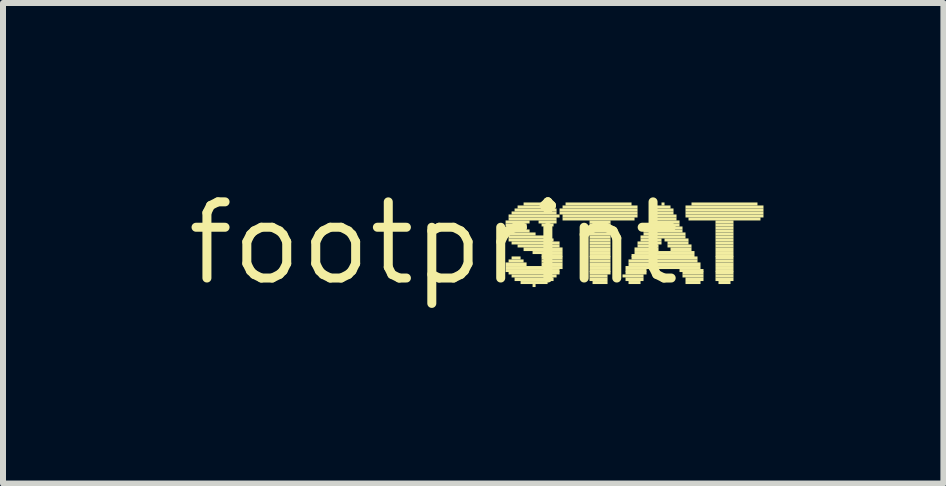
<source format=kicad_pcb>
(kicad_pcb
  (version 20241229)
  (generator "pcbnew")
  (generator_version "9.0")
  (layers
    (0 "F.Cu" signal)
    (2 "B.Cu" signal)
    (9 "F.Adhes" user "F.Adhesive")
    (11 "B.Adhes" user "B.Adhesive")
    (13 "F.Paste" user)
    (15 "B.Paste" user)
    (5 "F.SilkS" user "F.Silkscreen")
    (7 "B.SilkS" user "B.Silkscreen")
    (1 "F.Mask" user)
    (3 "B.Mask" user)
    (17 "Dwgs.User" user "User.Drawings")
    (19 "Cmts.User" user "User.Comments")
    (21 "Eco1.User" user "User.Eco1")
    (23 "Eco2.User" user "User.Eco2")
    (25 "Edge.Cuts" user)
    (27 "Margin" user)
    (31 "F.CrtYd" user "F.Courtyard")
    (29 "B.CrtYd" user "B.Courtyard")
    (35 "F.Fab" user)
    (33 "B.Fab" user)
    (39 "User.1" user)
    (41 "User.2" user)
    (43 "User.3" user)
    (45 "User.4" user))
  (footprint "footprint"
    (layer "F.Cu")
    (at 4.18 1.006)
    (property "Reference" "footprint" (at 0 0 0) (layer "F.SilkS") (effects (font (size 1.27 1.27) (thickness 0.15))))
    (fp_poly (pts (xy 1.2 -0.33) (xy 1.6 -0.33) (xy 1.6 -0.38) (xy 1.2 -0.38)) (stroke (width 0) (type solid)) (fill yes) (layer "F.SilkS"))
    (fp_poly (pts (xy 1.2 -0.28) (xy 1.55 -0.28) (xy 1.55 -0.33) (xy 1.2 -0.33)) (stroke (width 0) (type solid)) (fill yes) (layer "F.SilkS"))
    (fp_poly (pts (xy 1.2 -0.23) (xy 1.55 -0.23) (xy 1.55 -0.28) (xy 1.2 -0.28)) (stroke (width 0) (type solid)) (fill yes) (layer "F.SilkS"))
    (fp_poly (pts (xy 1.2 -0.18) (xy 1.6 -0.18) (xy 1.6 -0.23) (xy 1.2 -0.23)) (stroke (width 0) (type solid)) (fill yes) (layer "F.SilkS"))
    (fp_poly (pts (xy 1.2 -0.13) (xy 1.7 -0.13) (xy 1.7 -0.18) (xy 1.2 -0.18)) (stroke (width 0) (type solid)) (fill yes) (layer "F.SilkS"))
    (fp_poly (pts (xy 1.2 0.38) (xy 1.55 0.38) (xy 1.55 0.32) (xy 1.2 0.32)) (stroke (width 0) (type solid)) (fill yes) (layer "F.SilkS"))
    (fp_poly (pts (xy 1.2 0.43) (xy 2.15 0.43) (xy 2.15 0.38) (xy 1.2 0.38)) (stroke (width 0) (type solid)) (fill yes) (layer "F.SilkS"))
    (fp_poly (pts (xy 1.2 0.48) (xy 2.1 0.48) (xy 2.1 0.43) (xy 1.2 0.43)) (stroke (width 0) (type solid)) (fill yes) (layer "F.SilkS"))
    (fp_poly (pts (xy 1.25 -0.43) (xy 2.1 -0.43) (xy 2.1 -0.48) (xy 1.25 -0.48)) (stroke (width 0) (type solid)) (fill yes) (layer "F.SilkS"))
    (fp_poly (pts (xy 1.25 -0.38) (xy 2.05 -0.38) (xy 2.05 -0.43) (xy 1.25 -0.43)) (stroke (width 0) (type solid)) (fill yes) (layer "F.SilkS"))
    (fp_poly (pts (xy 1.25 -0.08) (xy 1.9 -0.08) (xy 1.9 -0.13) (xy 1.25 -0.13)) (stroke (width 0) (type solid)) (fill yes) (layer "F.SilkS"))
    (fp_poly (pts (xy 1.25 -0.03) (xy 2 -0.03) (xy 2 -0.08) (xy 1.25 -0.08)) (stroke (width 0) (type solid)) (fill yes) (layer "F.SilkS"))
    (fp_poly (pts (xy 1.25 0.32) (xy 1.5 0.32) (xy 1.5 0.27) (xy 1.25 0.27)) (stroke (width 0) (type solid)) (fill yes) (layer "F.SilkS"))
    (fp_poly (pts (xy 1.25 0.52) (xy 2.1 0.52) (xy 2.1 0.47) (xy 1.25 0.47)) (stroke (width 0) (type solid)) (fill yes) (layer "F.SilkS"))
    (fp_poly (pts (xy 1.3 -0.48) (xy 2.05 -0.48) (xy 2.05 -0.53) (xy 1.3 -0.53)) (stroke (width 0) (type solid)) (fill yes) (layer "F.SilkS"))
    (fp_poly (pts (xy 1.3 0.02) (xy 2.1 0.02) (xy 2.1 -0.03) (xy 1.3 -0.03)) (stroke (width 0) (type solid)) (fill yes) (layer "F.SilkS"))
    (fp_poly (pts (xy 1.3 0.27) (xy 1.45 0.27) (xy 1.45 0.22) (xy 1.3 0.22)) (stroke (width 0) (type solid)) (fill yes) (layer "F.SilkS"))
    (fp_poly (pts (xy 1.3 0.57) (xy 2.05 0.57) (xy 2.05 0.52) (xy 1.3 0.52)) (stroke (width 0) (type solid)) (fill yes) (layer "F.SilkS"))
    (fp_poly (pts (xy 1.35 -0.53) (xy 2.05 -0.53) (xy 2.05 -0.58) (xy 1.35 -0.58)) (stroke (width 0) (type solid)) (fill yes) (layer "F.SilkS"))
    (fp_poly (pts (xy 1.35 0.63) (xy 2 0.63) (xy 2 0.57) (xy 1.35 0.57)) (stroke (width 0) (type solid)) (fill yes) (layer "F.SilkS"))
    (fp_poly (pts (xy 1.4 -0.58) (xy 1.95 -0.58) (xy 1.95 -0.63) (xy 1.4 -0.63)) (stroke (width 0) (type solid)) (fill yes) (layer "F.SilkS"))
    (fp_poly (pts (xy 1.4 0.07) (xy 2.1 0.07) (xy 2.1 0.02) (xy 1.4 0.02)) (stroke (width 0) (type solid)) (fill yes) (layer "F.SilkS"))
    (fp_poly (pts (xy 1.45 0.68) (xy 1.9 0.68) (xy 1.9 0.63) (xy 1.45 0.63)) (stroke (width 0) (type solid)) (fill yes) (layer "F.SilkS"))
    (fp_poly (pts (xy 1.5 -0.63) (xy 1.85 -0.63) (xy 1.85 -0.68) (xy 1.5 -0.68)) (stroke (width 0) (type solid)) (fill yes) (layer "F.SilkS"))
    (fp_poly (pts (xy 1.5 0.13) (xy 2.15 0.13) (xy 2.15 0.07) (xy 1.5 0.07)) (stroke (width 0) (type solid)) (fill yes) (layer "F.SilkS"))
    (fp_poly (pts (xy 1.65 0.18) (xy 2.15 0.18) (xy 2.15 0.13) (xy 1.65 0.13)) (stroke (width 0) (type solid)) (fill yes) (layer "F.SilkS"))
    (fp_poly (pts (xy 1.65 0.73) (xy 1.7 0.73) (xy 1.7 0.68) (xy 1.65 0.68)) (stroke (width 0) (type solid)) (fill yes) (layer "F.SilkS"))
    (fp_poly (pts (xy 1.75 -0.33) (xy 2.05 -0.33) (xy 2.05 -0.38) (xy 1.75 -0.38)) (stroke (width 0) (type solid)) (fill yes) (layer "F.SilkS"))
    (fp_poly (pts (xy 1.8 -0.28) (xy 2 -0.28) (xy 2 -0.33) (xy 1.8 -0.33)) (stroke (width 0) (type solid)) (fill yes) (layer "F.SilkS"))
    (fp_poly (pts (xy 1.8 0.23) (xy 2.15 0.23) (xy 2.15 0.18) (xy 1.8 0.18)) (stroke (width 0) (type solid)) (fill yes) (layer "F.SilkS"))
    (fp_poly (pts (xy 1.8 0.27) (xy 2.15 0.27) (xy 2.15 0.22) (xy 1.8 0.22)) (stroke (width 0) (type solid)) (fill yes) (layer "F.SilkS"))
    (fp_poly (pts (xy 1.8 0.32) (xy 2.15 0.32) (xy 2.15 0.27) (xy 1.8 0.27)) (stroke (width 0) (type solid)) (fill yes) (layer "F.SilkS"))
    (fp_poly (pts (xy 1.8 0.38) (xy 2.15 0.38) (xy 2.15 0.32) (xy 1.8 0.32)) (stroke (width 0) (type solid)) (fill yes) (layer "F.SilkS"))
    (fp_poly (pts (xy 2.1 -0.53) (xy 3.4 -0.53) (xy 3.4 -0.58) (xy 2.1 -0.58)) (stroke (width 0) (type solid)) (fill yes) (layer "F.SilkS"))
    (fp_poly (pts (xy 2.1 -0.48) (xy 3.4 -0.48) (xy 3.4 -0.53) (xy 2.1 -0.53)) (stroke (width 0) (type solid)) (fill yes) (layer "F.SilkS"))
    (fp_poly (pts (xy 2.15 -0.58) (xy 3.4 -0.58) (xy 3.4 -0.63) (xy 2.15 -0.63)) (stroke (width 0) (type solid)) (fill yes) (layer "F.SilkS"))
    (fp_poly (pts (xy 2.15 -0.43) (xy 3.4 -0.43) (xy 3.4 -0.48) (xy 2.15 -0.48)) (stroke (width 0) (type solid)) (fill yes) (layer "F.SilkS"))
    (fp_poly (pts (xy 2.15 -0.38) (xy 3.35 -0.38) (xy 3.35 -0.43) (xy 2.15 -0.43)) (stroke (width 0) (type solid)) (fill yes) (layer "F.SilkS"))
    (fp_poly (pts (xy 2.2 -0.63) (xy 3.3 -0.63) (xy 3.3 -0.68) (xy 2.2 -0.68)) (stroke (width 0) (type solid)) (fill yes) (layer "F.SilkS"))
    (fp_poly (pts (xy 2.6 -0.33) (xy 2.95 -0.33) (xy 2.95 -0.38) (xy 2.6 -0.38)) (stroke (width 0) (type solid)) (fill yes) (layer "F.SilkS"))
    (fp_poly (pts (xy 2.6 -0.28) (xy 2.95 -0.28) (xy 2.95 -0.33) (xy 2.6 -0.33)) (stroke (width 0) (type solid)) (fill yes) (layer "F.SilkS"))
    (fp_poly (pts (xy 2.6 -0.23) (xy 2.95 -0.23) (xy 2.95 -0.28) (xy 2.6 -0.28)) (stroke (width 0) (type solid)) (fill yes) (layer "F.SilkS"))
    (fp_poly (pts (xy 2.6 -0.18) (xy 2.95 -0.18) (xy 2.95 -0.23) (xy 2.6 -0.23)) (stroke (width 0) (type solid)) (fill yes) (layer "F.SilkS"))
    (fp_poly (pts (xy 2.6 -0.13) (xy 2.95 -0.13) (xy 2.95 -0.18) (xy 2.6 -0.18)) (stroke (width 0) (type solid)) (fill yes) (layer "F.SilkS"))
    (fp_poly (pts (xy 2.6 -0.08) (xy 2.95 -0.08) (xy 2.95 -0.13) (xy 2.6 -0.13)) (stroke (width 0) (type solid)) (fill yes) (layer "F.SilkS"))
    (fp_poly (pts (xy 2.6 -0.03) (xy 2.95 -0.03) (xy 2.95 -0.08) (xy 2.6 -0.08)) (stroke (width 0) (type solid)) (fill yes) (layer "F.SilkS"))
    (fp_poly (pts (xy 2.6 0.02) (xy 2.95 0.02) (xy 2.95 -0.03) (xy 2.6 -0.03)) (stroke (width 0) (type solid)) (fill yes) (layer "F.SilkS"))
    (fp_poly (pts (xy 2.6 0.07) (xy 2.95 0.07) (xy 2.95 0.02) (xy 2.6 0.02)) (stroke (width 0) (type solid)) (fill yes) (layer "F.SilkS"))
    (fp_poly (pts (xy 2.6 0.13) (xy 2.95 0.13) (xy 2.95 0.07) (xy 2.6 0.07)) (stroke (width 0) (type solid)) (fill yes) (layer "F.SilkS"))
    (fp_poly (pts (xy 2.6 0.18) (xy 2.95 0.18) (xy 2.95 0.13) (xy 2.6 0.13)) (stroke (width 0) (type solid)) (fill yes) (layer "F.SilkS"))
    (fp_poly (pts (xy 2.6 0.23) (xy 2.95 0.23) (xy 2.95 0.18) (xy 2.6 0.18)) (stroke (width 0) (type solid)) (fill yes) (layer "F.SilkS"))
    (fp_poly (pts (xy 2.6 0.27) (xy 2.95 0.27) (xy 2.95 0.22) (xy 2.6 0.22)) (stroke (width 0) (type solid)) (fill yes) (layer "F.SilkS"))
    (fp_poly (pts (xy 2.6 0.32) (xy 2.95 0.32) (xy 2.95 0.27) (xy 2.6 0.27)) (stroke (width 0) (type solid)) (fill yes) (layer "F.SilkS"))
    (fp_poly (pts (xy 2.6 0.38) (xy 2.95 0.38) (xy 2.95 0.32) (xy 2.6 0.32)) (stroke (width 0) (type solid)) (fill yes) (layer "F.SilkS"))
    (fp_poly (pts (xy 2.6 0.43) (xy 2.95 0.43) (xy 2.95 0.38) (xy 2.6 0.38)) (stroke (width 0) (type solid)) (fill yes) (layer "F.SilkS"))
    (fp_poly (pts (xy 2.6 0.48) (xy 2.95 0.48) (xy 2.95 0.43) (xy 2.6 0.43)) (stroke (width 0) (type solid)) (fill yes) (layer "F.SilkS"))
    (fp_poly (pts (xy 2.6 0.52) (xy 2.95 0.52) (xy 2.95 0.47) (xy 2.6 0.47)) (stroke (width 0) (type solid)) (fill yes) (layer "F.SilkS"))
    (fp_poly (pts (xy 2.6 0.57) (xy 2.9 0.57) (xy 2.9 0.52) (xy 2.6 0.52)) (stroke (width 0) (type solid)) (fill yes) (layer "F.SilkS"))
    (fp_poly (pts (xy 2.6 0.63) (xy 2.9 0.63) (xy 2.9 0.57) (xy 2.6 0.57)) (stroke (width 0) (type solid)) (fill yes) (layer "F.SilkS"))
    (fp_poly (pts (xy 2.65 0.68) (xy 2.9 0.68) (xy 2.9 0.63) (xy 2.65 0.63)) (stroke (width 0) (type solid)) (fill yes) (layer "F.SilkS"))
    (fp_poly (pts (xy 3.15 0.57) (xy 3.5 0.57) (xy 3.5 0.52) (xy 3.15 0.52)) (stroke (width 0) (type solid)) (fill yes) (layer "F.SilkS"))
    (fp_poly (pts (xy 3.2 0.43) (xy 4.45 0.43) (xy 4.45 0.38) (xy 3.2 0.38)) (stroke (width 0) (type solid)) (fill yes) (layer "F.SilkS"))
    (fp_poly (pts (xy 3.2 0.48) (xy 3.55 0.48) (xy 3.55 0.43) (xy 3.2 0.43)) (stroke (width 0) (type solid)) (fill yes) (layer "F.SilkS"))
    (fp_poly (pts (xy 3.2 0.52) (xy 3.55 0.52) (xy 3.55 0.47) (xy 3.2 0.47)) (stroke (width 0) (type solid)) (fill yes) (layer "F.SilkS"))
    (fp_poly (pts (xy 3.2 0.63) (xy 3.5 0.63) (xy 3.5 0.57) (xy 3.2 0.57)) (stroke (width 0) (type solid)) (fill yes) (layer "F.SilkS"))
    (fp_poly (pts (xy 3.25 0.32) (xy 4.4 0.32) (xy 4.4 0.27) (xy 3.25 0.27)) (stroke (width 0) (type solid)) (fill yes) (layer "F.SilkS"))
    (fp_poly (pts (xy 3.25 0.38) (xy 4.45 0.38) (xy 4.45 0.32) (xy 3.25 0.32)) (stroke (width 0) (type solid)) (fill yes) (layer "F.SilkS"))
    (fp_poly (pts (xy 3.25 0.68) (xy 3.45 0.68) (xy 3.45 0.63) (xy 3.25 0.63)) (stroke (width 0) (type solid)) (fill yes) (layer "F.SilkS"))
    (fp_poly (pts (xy 3.3 0.23) (xy 4.35 0.23) (xy 4.35 0.18) (xy 3.3 0.18)) (stroke (width 0) (type solid)) (fill yes) (layer "F.SilkS"))
    (fp_poly (pts (xy 3.3 0.27) (xy 4.4 0.27) (xy 4.4 0.22) (xy 3.3 0.22)) (stroke (width 0) (type solid)) (fill yes) (layer "F.SilkS"))
    (fp_poly (pts (xy 3.35 0.13) (xy 3.75 0.13) (xy 3.75 0.07) (xy 3.35 0.07)) (stroke (width 0) (type solid)) (fill yes) (layer "F.SilkS"))
    (fp_poly (pts (xy 3.35 0.18) (xy 4.35 0.18) (xy 4.35 0.13) (xy 3.35 0.13)) (stroke (width 0) (type solid)) (fill yes) (layer "F.SilkS"))
    (fp_poly (pts (xy 3.4 0.02) (xy 3.8 0.02) (xy 3.8 -0.03) (xy 3.4 -0.03)) (stroke (width 0) (type solid)) (fill yes) (layer "F.SilkS"))
    (fp_poly (pts (xy 3.4 0.07) (xy 3.75 0.07) (xy 3.75 0.02) (xy 3.4 0.02)) (stroke (width 0) (type solid)) (fill yes) (layer "F.SilkS"))
    (fp_poly (pts (xy 3.45 -0.08) (xy 4.2 -0.08) (xy 4.2 -0.13) (xy 3.45 -0.13)) (stroke (width 0) (type solid)) (fill yes) (layer "F.SilkS"))
    (fp_poly (pts (xy 3.45 -0.03) (xy 3.8 -0.03) (xy 3.8 -0.08) (xy 3.45 -0.08)) (stroke (width 0) (type solid)) (fill yes) (layer "F.SilkS"))
    (fp_poly (pts (xy 3.5 -0.18) (xy 4.15 -0.18) (xy 4.15 -0.23) (xy 3.5 -0.23)) (stroke (width 0) (type solid)) (fill yes) (layer "F.SilkS"))
    (fp_poly (pts (xy 3.5 -0.13) (xy 4.2 -0.13) (xy 4.2 -0.18) (xy 3.5 -0.18)) (stroke (width 0) (type solid)) (fill yes) (layer "F.SilkS"))
    (fp_poly (pts (xy 3.55 -0.28) (xy 4.1 -0.28) (xy 4.1 -0.33) (xy 3.55 -0.33)) (stroke (width 0) (type solid)) (fill yes) (layer "F.SilkS"))
    (fp_poly (pts (xy 3.55 -0.23) (xy 4.15 -0.23) (xy 4.15 -0.28) (xy 3.55 -0.28)) (stroke (width 0) (type solid)) (fill yes) (layer "F.SilkS"))
    (fp_poly (pts (xy 3.6 -0.38) (xy 4.05 -0.38) (xy 4.05 -0.43) (xy 3.6 -0.43)) (stroke (width 0) (type solid)) (fill yes) (layer "F.SilkS"))
    (fp_poly (pts (xy 3.6 -0.33) (xy 4.1 -0.33) (xy 4.1 -0.38) (xy 3.6 -0.38)) (stroke (width 0) (type solid)) (fill yes) (layer "F.SilkS"))
    (fp_poly (pts (xy 3.65 -0.48) (xy 4 -0.48) (xy 4 -0.53) (xy 3.65 -0.53)) (stroke (width 0) (type solid)) (fill yes) (layer "F.SilkS"))
    (fp_poly (pts (xy 3.65 -0.43) (xy 4.05 -0.43) (xy 4.05 -0.48) (xy 3.65 -0.48)) (stroke (width 0) (type solid)) (fill yes) (layer "F.SilkS"))
    (fp_poly (pts (xy 3.7 -0.58) (xy 3.95 -0.58) (xy 3.95 -0.63) (xy 3.7 -0.63)) (stroke (width 0) (type solid)) (fill yes) (layer "F.SilkS"))
    (fp_poly (pts (xy 3.7 -0.53) (xy 4 -0.53) (xy 4 -0.58) (xy 3.7 -0.58)) (stroke (width 0) (type solid)) (fill yes) (layer "F.SilkS"))
    (fp_poly (pts (xy 3.8 -0.63) (xy 3.85 -0.63) (xy 3.85 -0.68) (xy 3.8 -0.68)) (stroke (width 0) (type solid)) (fill yes) (layer "F.SilkS"))
    (fp_poly (pts (xy 3.85 -0.03) (xy 4.25 -0.03) (xy 4.25 -0.08) (xy 3.85 -0.08)) (stroke (width 0) (type solid)) (fill yes) (layer "F.SilkS"))
    (fp_poly (pts (xy 3.9 0.02) (xy 4.25 0.02) (xy 4.25 -0.03) (xy 3.9 -0.03)) (stroke (width 0) (type solid)) (fill yes) (layer "F.SilkS"))
    (fp_poly (pts (xy 3.9 0.07) (xy 4.3 0.07) (xy 4.3 0.02) (xy 3.9 0.02)) (stroke (width 0) (type solid)) (fill yes) (layer "F.SilkS"))
    (fp_poly (pts (xy 3.95 0.13) (xy 4.3 0.13) (xy 4.3 0.07) (xy 3.95 0.07)) (stroke (width 0) (type solid)) (fill yes) (layer "F.SilkS"))
    (fp_poly (pts (xy 4.1 0.48) (xy 4.5 0.48) (xy 4.5 0.43) (xy 4.1 0.43)) (stroke (width 0) (type solid)) (fill yes) (layer "F.SilkS"))
    (fp_poly (pts (xy 4.15 0.52) (xy 4.5 0.52) (xy 4.5 0.47) (xy 4.15 0.47)) (stroke (width 0) (type solid)) (fill yes) (layer "F.SilkS"))
    (fp_poly (pts (xy 4.15 0.57) (xy 4.5 0.57) (xy 4.5 0.52) (xy 4.15 0.52)) (stroke (width 0) (type solid)) (fill yes) (layer "F.SilkS"))
    (fp_poly (pts (xy 4.2 -0.58) (xy 5.5 -0.58) (xy 5.5 -0.63) (xy 4.2 -0.63)) (stroke (width 0) (type solid)) (fill yes) (layer "F.SilkS"))
    (fp_poly (pts (xy 4.2 -0.53) (xy 5.5 -0.53) (xy 5.5 -0.58) (xy 4.2 -0.58)) (stroke (width 0) (type solid)) (fill yes) (layer "F.SilkS"))
    (fp_poly (pts (xy 4.2 -0.48) (xy 5.5 -0.48) (xy 5.5 -0.53) (xy 4.2 -0.53)) (stroke (width 0) (type solid)) (fill yes) (layer "F.SilkS"))
    (fp_poly (pts (xy 4.2 -0.43) (xy 5.5 -0.43) (xy 5.5 -0.48) (xy 4.2 -0.48)) (stroke (width 0) (type solid)) (fill yes) (layer "F.SilkS"))
    (fp_poly (pts (xy 4.2 0.63) (xy 4.5 0.63) (xy 4.5 0.57) (xy 4.2 0.57)) (stroke (width 0) (type solid)) (fill yes) (layer "F.SilkS"))
    (fp_poly (pts (xy 4.2 0.68) (xy 4.45 0.68) (xy 4.45 0.63) (xy 4.2 0.63)) (stroke (width 0) (type solid)) (fill yes) (layer "F.SilkS"))
    (fp_poly (pts (xy 4.25 -0.38) (xy 5.45 -0.38) (xy 5.45 -0.43) (xy 4.25 -0.43)) (stroke (width 0) (type solid)) (fill yes) (layer "F.SilkS"))
    (fp_poly (pts (xy 4.3 -0.63) (xy 5.4 -0.63) (xy 5.4 -0.68) (xy 4.3 -0.68)) (stroke (width 0) (type solid)) (fill yes) (layer "F.SilkS"))
    (fp_poly (pts (xy 4.7 -0.33) (xy 5 -0.33) (xy 5 -0.38) (xy 4.7 -0.38)) (stroke (width 0) (type solid)) (fill yes) (layer "F.SilkS"))
    (fp_poly (pts (xy 4.7 -0.28) (xy 5 -0.28) (xy 5 -0.33) (xy 4.7 -0.33)) (stroke (width 0) (type solid)) (fill yes) (layer "F.SilkS"))
    (fp_poly (pts (xy 4.7 -0.23) (xy 5 -0.23) (xy 5 -0.28) (xy 4.7 -0.28)) (stroke (width 0) (type solid)) (fill yes) (layer "F.SilkS"))
    (fp_poly (pts (xy 4.7 -0.18) (xy 5 -0.18) (xy 5 -0.23) (xy 4.7 -0.23)) (stroke (width 0) (type solid)) (fill yes) (layer "F.SilkS"))
    (fp_poly (pts (xy 4.7 -0.13) (xy 5 -0.13) (xy 5 -0.18) (xy 4.7 -0.18)) (stroke (width 0) (type solid)) (fill yes) (layer "F.SilkS"))
    (fp_poly (pts (xy 4.7 -0.08) (xy 5 -0.08) (xy 5 -0.13) (xy 4.7 -0.13)) (stroke (width 0) (type solid)) (fill yes) (layer "F.SilkS"))
    (fp_poly (pts (xy 4.7 -0.03) (xy 5 -0.03) (xy 5 -0.08) (xy 4.7 -0.08)) (stroke (width 0) (type solid)) (fill yes) (layer "F.SilkS"))
    (fp_poly (pts (xy 4.7 0.02) (xy 5 0.02) (xy 5 -0.03) (xy 4.7 -0.03)) (stroke (width 0) (type solid)) (fill yes) (layer "F.SilkS"))
    (fp_poly (pts (xy 4.7 0.07) (xy 5 0.07) (xy 5 0.02) (xy 4.7 0.02)) (stroke (width 0) (type solid)) (fill yes) (layer "F.SilkS"))
    (fp_poly (pts (xy 4.7 0.13) (xy 5 0.13) (xy 5 0.07) (xy 4.7 0.07)) (stroke (width 0) (type solid)) (fill yes) (layer "F.SilkS"))
    (fp_poly (pts (xy 4.7 0.18) (xy 5 0.18) (xy 5 0.13) (xy 4.7 0.13)) (stroke (width 0) (type solid)) (fill yes) (layer "F.SilkS"))
    (fp_poly (pts (xy 4.7 0.23) (xy 5 0.23) (xy 5 0.18) (xy 4.7 0.18)) (stroke (width 0) (type solid)) (fill yes) (layer "F.SilkS"))
    (fp_poly (pts (xy 4.7 0.27) (xy 5 0.27) (xy 5 0.22) (xy 4.7 0.22)) (stroke (width 0) (type solid)) (fill yes) (layer "F.SilkS"))
    (fp_poly (pts (xy 4.7 0.32) (xy 5 0.32) (xy 5 0.27) (xy 4.7 0.27)) (stroke (width 0) (type solid)) (fill yes) (layer "F.SilkS"))
    (fp_poly (pts (xy 4.7 0.38) (xy 5 0.38) (xy 5 0.32) (xy 4.7 0.32)) (stroke (width 0) (type solid)) (fill yes) (layer "F.SilkS"))
    (fp_poly (pts (xy 4.7 0.43) (xy 5 0.43) (xy 5 0.38) (xy 4.7 0.38)) (stroke (width 0) (type solid)) (fill yes) (layer "F.SilkS"))
    (fp_poly (pts (xy 4.7 0.48) (xy 5 0.48) (xy 5 0.43) (xy 4.7 0.43)) (stroke (width 0) (type solid)) (fill yes) (layer "F.SilkS"))
    (fp_poly (pts (xy 4.7 0.52) (xy 5 0.52) (xy 5 0.47) (xy 4.7 0.47)) (stroke (width 0) (type solid)) (fill yes) (layer "F.SilkS"))
    (fp_poly (pts (xy 4.7 0.57) (xy 5 0.57) (xy 5 0.52) (xy 4.7 0.52)) (stroke (width 0) (type solid)) (fill yes) (layer "F.SilkS"))
    (fp_poly (pts (xy 4.7 0.63) (xy 5 0.63) (xy 5 0.57) (xy 4.7 0.57)) (stroke (width 0) (type solid)) (fill yes) (layer "F.SilkS"))
    (fp_poly (pts (xy 4.75 0.68) (xy 4.95 0.68) (xy 4.95 0.63) (xy 4.75 0.63)) (stroke (width 0) (type solid)) (fill yes) (layer "F.SilkS")))
  (gr_rect
    (start -3 -3)
    (end 12.68 5.012)
    (stroke (width 0.1) (type default))
    (fill no)
    (layer "Edge.Cuts")))
</source>
